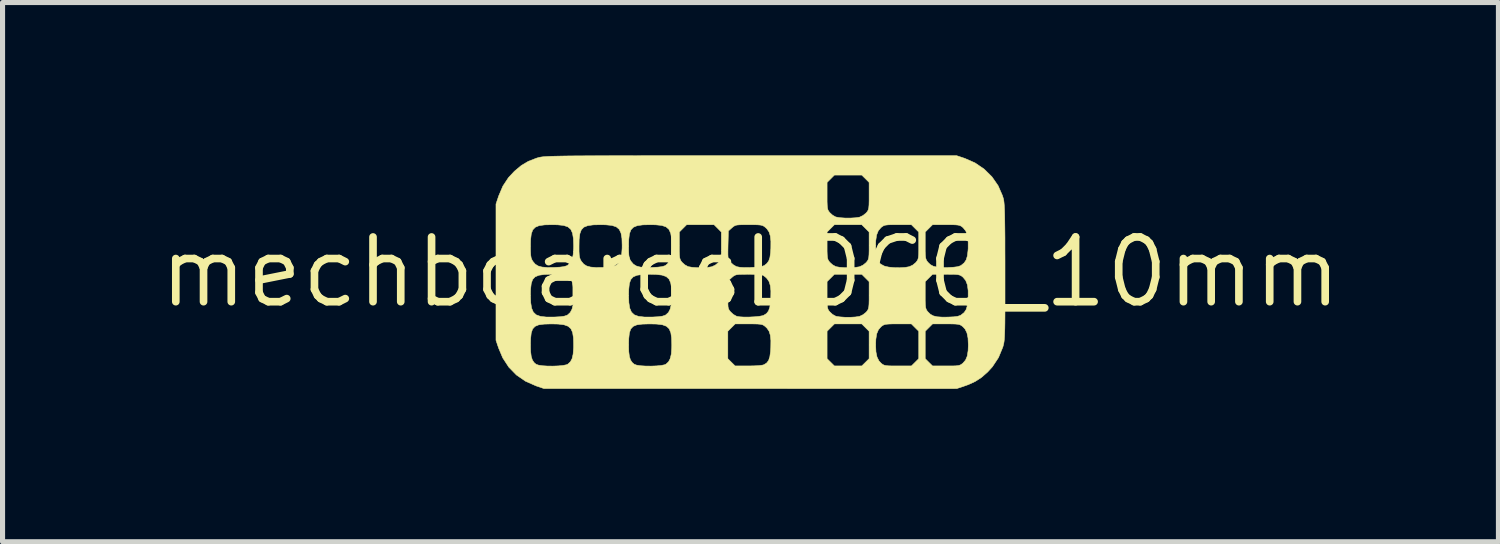
<source format=kicad_pcb>
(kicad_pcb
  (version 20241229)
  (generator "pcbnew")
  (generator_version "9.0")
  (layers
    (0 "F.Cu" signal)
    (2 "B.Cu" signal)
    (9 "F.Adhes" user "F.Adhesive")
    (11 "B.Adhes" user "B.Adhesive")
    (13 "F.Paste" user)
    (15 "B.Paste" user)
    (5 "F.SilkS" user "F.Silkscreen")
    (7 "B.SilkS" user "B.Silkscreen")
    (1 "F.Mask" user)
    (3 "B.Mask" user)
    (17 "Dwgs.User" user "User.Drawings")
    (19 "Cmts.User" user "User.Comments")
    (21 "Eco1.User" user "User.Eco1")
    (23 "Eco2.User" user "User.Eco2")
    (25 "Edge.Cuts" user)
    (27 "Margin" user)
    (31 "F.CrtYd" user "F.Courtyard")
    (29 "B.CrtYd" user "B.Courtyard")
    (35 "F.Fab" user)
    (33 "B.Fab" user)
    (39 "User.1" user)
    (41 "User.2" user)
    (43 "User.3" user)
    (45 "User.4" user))
  (footprint "mechboardsLOGO_10mm"
    (layer "F.Cu")
    (at 11.679 2.291)
    (property "Reference" "mechboardsLOGO_10mm" (at 0 0 0) (layer "F.SilkS") (effects (font (size 1.27 1.27) (thickness 0.15))))
    (attr through_hole)
    (fp_poly (pts (xy 4.205 -2.233) (xy 4.407 -2.144) (xy 4.586 -2.022) (xy 4.738 -1.872) (xy 4.859 -1.698) (xy 4.945 -1.502) (xy 4.965 -1.437) (xy 4.971 -1.406) (xy 4.976 -1.363) (xy 4.981 -1.305) (xy 4.985 -1.228) (xy 4.988 -1.131) (xy 4.99 -1.009) (xy 4.992 -0.859) (xy 4.994 -0.679) (xy 4.994 -0.464) (xy 4.995 -0.213) (xy 4.995 0.003) (xy 4.995 0.273) (xy 4.995 0.505) (xy 4.995 0.7) (xy 4.994 0.864) (xy 4.993 1) (xy 4.991 1.11) (xy 4.988 1.198) (xy 4.985 1.268) (xy 4.981 1.324) (xy 4.976 1.367) (xy 4.97 1.403) (xy 4.962 1.435) (xy 4.954 1.465) (xy 4.951 1.474) (xy 4.867 1.677) (xy 4.747 1.858) (xy 4.653 1.961) (xy 4.533 2.066) (xy 4.413 2.144) (xy 4.277 2.207) (xy 4.204 2.233) (xy 4.046 2.286) (xy -0.004 2.285) (xy -4.053 2.285) (xy -4.209 2.232) (xy -4.415 2.141) (xy -4.594 2.018) (xy -4.743 1.865) (xy -4.862 1.683) (xy -4.942 1.494) (xy -4.964 1.429) (xy -4.318 1.429) (xy -4.315 1.559) (xy -4.303 1.655) (xy -4.281 1.724) (xy -4.247 1.775) (xy -4.208 1.808) (xy -4.16 1.825) (xy -4.082 1.837) (xy -3.984 1.843) (xy -3.877 1.844) (xy -3.771 1.84) (xy -3.678 1.831) (xy -3.61 1.817) (xy -3.584 1.805) (xy -3.535 1.76) (xy -3.501 1.697) (xy -3.481 1.608) (xy -3.472 1.486) (xy -3.471 1.429) (xy -2.392 1.429) (xy -2.389 1.559) (xy -2.377 1.655) (xy -2.355 1.724) (xy -2.32 1.775) (xy -2.281 1.808) (xy -2.234 1.825) (xy -2.156 1.837) (xy -2.058 1.843) (xy -1.95 1.844) (xy -1.845 1.84) (xy -1.752 1.831) (xy -1.683 1.817) (xy -1.658 1.805) (xy -1.609 1.76) (xy -1.575 1.696) (xy -1.554 1.606) (xy -1.546 1.484) (xy -1.545 1.429) (xy -1.549 1.29) (xy -1.564 1.186) (xy -1.576 1.16) (xy -0.445 1.16) (xy -0.445 1.698) (xy -0.373 1.77) (xy -0.301 1.841) (xy -0.045 1.841) (xy 0.068 1.839) (xy 0.164 1.834) (xy 0.234 1.825) (xy 0.263 1.817) (xy 0.317 1.783) (xy 0.355 1.734) (xy 0.379 1.662) (xy 0.393 1.56) (xy 0.398 1.479) (xy 0.4 1.342) (xy 0.389 1.238) (xy 0.365 1.16) (xy 0.365 1.16) (xy 1.503 1.16) (xy 1.503 1.698) (xy 1.647 1.841) (xy 2.184 1.841) (xy 2.256 1.77) (xy 2.328 1.698) (xy 2.328 1.429) (xy 2.456 1.429) (xy 2.462 1.564) (xy 2.483 1.665) (xy 2.52 1.74) (xy 2.563 1.787) (xy 2.592 1.81) (xy 2.622 1.825) (xy 2.66 1.834) (xy 2.716 1.839) (xy 2.799 1.841) (xy 2.893 1.841) (xy 3.158 1.841) (xy 3.23 1.77) (xy 3.302 1.698) (xy 3.302 1.16) (xy 3.429 1.16) (xy 3.429 1.698) (xy 3.501 1.77) (xy 3.573 1.841) (xy 3.838 1.841) (xy 3.949 1.841) (xy 4.026 1.839) (xy 4.079 1.833) (xy 4.115 1.823) (xy 4.143 1.806) (xy 4.168 1.787) (xy 4.22 1.727) (xy 4.254 1.647) (xy 4.271 1.54) (xy 4.275 1.429) (xy 4.269 1.294) (xy 4.248 1.192) (xy 4.211 1.117) (xy 4.168 1.07) (xy 4.139 1.048) (xy 4.109 1.032) (xy 4.071 1.023) (xy 4.015 1.018) (xy 3.932 1.016) (xy 3.838 1.016) (xy 3.573 1.016) (xy 3.429 1.16) (xy 3.302 1.16) (xy 3.158 1.016) (xy 2.893 1.016) (xy 2.782 1.016) (xy 2.705 1.019) (xy 2.652 1.024) (xy 2.616 1.035) (xy 2.588 1.051) (xy 2.563 1.07) (xy 2.511 1.13) (xy 2.477 1.21) (xy 2.46 1.318) (xy 2.456 1.429) (xy 2.328 1.429) (xy 2.328 1.16) (xy 2.256 1.088) (xy 2.184 1.016) (xy 1.647 1.016) (xy 1.575 1.088) (xy 1.503 1.16) (xy 0.365 1.16) (xy 0.324 1.1) (xy 0.293 1.07) (xy 0.264 1.047) (xy 0.235 1.032) (xy 0.196 1.023) (xy 0.14 1.018) (xy 0.056 1.016) (xy -0.035 1.016) (xy -0.301 1.016) (xy -0.445 1.16) (xy -1.576 1.16) (xy -1.596 1.112) (xy -1.649 1.062) (xy -1.729 1.033) (xy -1.841 1.019) (xy -1.984 1.016) (xy -2.124 1.02) (xy -2.229 1.034) (xy -2.302 1.064) (xy -2.35 1.115) (xy -2.377 1.193) (xy -2.389 1.303) (xy -2.392 1.429) (xy -3.471 1.429) (xy -3.471 1.427) (xy -3.475 1.289) (xy -3.491 1.185) (xy -3.524 1.111) (xy -3.579 1.062) (xy -3.66 1.033) (xy -3.774 1.019) (xy -3.91 1.016) (xy -4.051 1.02) (xy -4.155 1.034) (xy -4.228 1.064) (xy -4.276 1.115) (xy -4.303 1.193) (xy -4.315 1.303) (xy -4.318 1.429) (xy -4.964 1.429) (xy -4.995 1.337) (xy -4.995 0.455) (xy -4.318 0.455) (xy -4.313 0.599) (xy -4.296 0.707) (xy -4.262 0.785) (xy -4.206 0.838) (xy -4.123 0.868) (xy -4.008 0.881) (xy -3.857 0.881) (xy -3.848 0.881) (xy -3.735 0.875) (xy -3.656 0.864) (xy -3.603 0.847) (xy -3.587 0.838) (xy -3.537 0.791) (xy -3.502 0.725) (xy -3.481 0.634) (xy -3.472 0.509) (xy -3.471 0.455) (xy -2.392 0.455) (xy -2.387 0.599) (xy -2.37 0.707) (xy -2.336 0.785) (xy -2.28 0.838) (xy -2.197 0.868) (xy -2.082 0.881) (xy -1.931 0.881) (xy -1.922 0.881) (xy -1.809 0.875) (xy -1.73 0.864) (xy -1.677 0.847) (xy -1.661 0.838) (xy -1.61 0.791) (xy -1.576 0.725) (xy -1.555 0.634) (xy -1.554 0.63) (xy -0.443 0.63) (xy -0.44 0.683) (xy -0.431 0.719) (xy -0.417 0.747) (xy -0.395 0.775) (xy -0.391 0.779) (xy -0.338 0.829) (xy -0.278 0.863) (xy -0.268 0.867) (xy -0.208 0.877) (xy -0.121 0.882) (xy -0.02 0.881) (xy 0.082 0.876) (xy 0.173 0.867) (xy 0.24 0.854) (xy 0.259 0.847) (xy 0.315 0.812) (xy 0.353 0.763) (xy 0.378 0.693) (xy 0.393 0.595) (xy 0.398 0.505) (xy 0.4 0.368) (xy 0.389 0.264) (xy 0.365 0.186) (xy 0.365 0.186) (xy 1.503 0.186) (xy 1.503 0.451) (xy 1.503 0.562) (xy 1.506 0.639) (xy 1.511 0.692) (xy 1.521 0.728) (xy 1.538 0.757) (xy 1.558 0.781) (xy 1.611 0.83) (xy 1.671 0.863) (xy 1.679 0.866) (xy 1.752 0.878) (xy 1.85 0.885) (xy 1.957 0.886) (xy 2.058 0.88) (xy 2.135 0.869) (xy 2.142 0.867) (xy 2.209 0.835) (xy 2.269 0.787) (xy 2.274 0.781) (xy 2.297 0.752) (xy 2.312 0.723) (xy 2.321 0.684) (xy 2.326 0.628) (xy 2.328 0.546) (xy 2.328 0.451) (xy 2.328 0.186) (xy 3.429 0.186) (xy 3.429 0.451) (xy 3.429 0.562) (xy 3.432 0.639) (xy 3.437 0.692) (xy 3.448 0.728) (xy 3.464 0.757) (xy 3.484 0.781) (xy 3.531 0.827) (xy 3.588 0.858) (xy 3.663 0.876) (xy 3.764 0.883) (xy 3.875 0.882) (xy 3.987 0.877) (xy 4.065 0.867) (xy 4.117 0.85) (xy 4.134 0.84) (xy 4.193 0.793) (xy 4.232 0.735) (xy 4.256 0.657) (xy 4.269 0.55) (xy 4.272 0.511) (xy 4.272 0.363) (xy 4.257 0.249) (xy 4.224 0.164) (xy 4.172 0.1) (xy 4.168 0.097) (xy 4.139 0.074) (xy 4.109 0.059) (xy 4.071 0.049) (xy 4.015 0.044) (xy 3.933 0.043) (xy 3.838 0.042) (xy 3.573 0.042) (xy 3.429 0.186) (xy 2.328 0.186) (xy 2.256 0.114) (xy 2.184 0.042) (xy 1.647 0.042) (xy 1.575 0.114) (xy 1.503 0.186) (xy 0.365 0.186) (xy 0.324 0.126) (xy 0.293 0.096) (xy 0.264 0.074) (xy 0.235 0.058) (xy 0.196 0.049) (xy 0.139 0.044) (xy 0.055 0.043) (xy -0.033 0.042) (xy -0.143 0.043) (xy -0.219 0.045) (xy -0.27 0.05) (xy -0.305 0.061) (xy -0.334 0.078) (xy -0.364 0.103) (xy -0.365 0.104) (xy -0.434 0.166) (xy -0.441 0.439) (xy -0.443 0.551) (xy -0.443 0.63) (xy -1.554 0.63) (xy -1.546 0.509) (xy -1.545 0.454) (xy -1.549 0.315) (xy -1.566 0.21) (xy -1.599 0.136) (xy -1.654 0.087) (xy -1.737 0.058) (xy -1.852 0.045) (xy -1.979 0.042) (xy -2.121 0.046) (xy -2.227 0.061) (xy -2.301 0.092) (xy -2.349 0.144) (xy -2.377 0.223) (xy -2.389 0.335) (xy -2.392 0.455) (xy -3.471 0.455) (xy -3.471 0.454) (xy -3.476 0.315) (xy -3.492 0.21) (xy -3.525 0.136) (xy -3.58 0.087) (xy -3.663 0.058) (xy -3.778 0.045) (xy -3.905 0.042) (xy -4.047 0.046) (xy -4.153 0.061) (xy -4.227 0.092) (xy -4.276 0.144) (xy -4.303 0.223) (xy -4.316 0.335) (xy -4.318 0.455) (xy -4.995 0.455) (xy -4.995 -0.512) (xy -4.318 -0.512) (xy -4.317 -0.407) (xy -4.313 -0.334) (xy -4.305 -0.283) (xy -4.29 -0.244) (xy -4.27 -0.21) (xy -4.225 -0.157) (xy -4.168 -0.121) (xy -4.091 -0.1) (xy -3.987 -0.091) (xy -3.859 -0.092) (xy -3.745 -0.098) (xy -3.665 -0.108) (xy -3.61 -0.124) (xy -3.588 -0.136) (xy -3.537 -0.182) (xy -3.502 -0.248) (xy -3.481 -0.339) (xy -3.472 -0.463) (xy -3.471 -0.512) (xy -3.365 -0.512) (xy -3.365 -0.407) (xy -3.361 -0.334) (xy -3.352 -0.283) (xy -3.338 -0.244) (xy -3.317 -0.21) (xy -3.272 -0.157) (xy -3.215 -0.121) (xy -3.139 -0.1) (xy -3.035 -0.091) (xy -2.907 -0.092) (xy -2.792 -0.098) (xy -2.712 -0.108) (xy -2.658 -0.124) (xy -2.635 -0.136) (xy -2.584 -0.182) (xy -2.549 -0.248) (xy -2.529 -0.339) (xy -2.52 -0.463) (xy -2.519 -0.512) (xy -2.392 -0.512) (xy -2.391 -0.407) (xy -2.387 -0.334) (xy -2.379 -0.283) (xy -2.364 -0.244) (xy -2.343 -0.21) (xy -2.298 -0.157) (xy -2.241 -0.121) (xy -2.165 -0.1) (xy -2.061 -0.091) (xy -1.933 -0.092) (xy -1.819 -0.098) (xy -1.739 -0.108) (xy -1.684 -0.124) (xy -1.662 -0.136) (xy -1.611 -0.182) (xy -1.576 -0.248) (xy -1.555 -0.339) (xy -1.546 -0.463) (xy -1.545 -0.52) (xy -1.55 -0.661) (xy -1.566 -0.765) (xy -1.577 -0.787) (xy -1.397 -0.787) (xy -1.397 -0.522) (xy -1.397 -0.411) (xy -1.394 -0.334) (xy -1.389 -0.282) (xy -1.378 -0.246) (xy -1.362 -0.217) (xy -1.342 -0.192) (xy -1.289 -0.144) (xy -1.229 -0.111) (xy -1.221 -0.108) (xy -1.148 -0.095) (xy -1.05 -0.088) (xy -0.943 -0.088) (xy -0.842 -0.093) (xy -0.765 -0.105) (xy -0.758 -0.107) (xy -0.691 -0.138) (xy -0.631 -0.187) (xy -0.626 -0.193) (xy -0.603 -0.222) (xy -0.588 -0.251) (xy -0.579 -0.289) (xy -0.574 -0.344) (xy -0.443 -0.344) (xy -0.44 -0.291) (xy -0.431 -0.254) (xy -0.417 -0.226) (xy -0.395 -0.198) (xy -0.391 -0.194) (xy -0.338 -0.145) (xy -0.278 -0.11) (xy -0.268 -0.107) (xy -0.206 -0.095) (xy -0.119 -0.09) (xy -0.019 -0.091) (xy 0.083 -0.096) (xy 0.173 -0.106) (xy 0.243 -0.119) (xy 0.274 -0.132) (xy 0.325 -0.174) (xy 0.359 -0.223) (xy 0.381 -0.288) (xy 0.393 -0.378) (xy 0.399 -0.469) (xy 0.4 -0.606) (xy 0.389 -0.709) (xy 0.365 -0.787) (xy 0.365 -0.787) (xy 1.503 -0.787) (xy 1.503 -0.522) (xy 1.503 -0.411) (xy 1.506 -0.334) (xy 1.511 -0.282) (xy 1.521 -0.246) (xy 1.538 -0.217) (xy 1.558 -0.192) (xy 1.611 -0.144) (xy 1.671 -0.111) (xy 1.679 -0.108) (xy 1.752 -0.095) (xy 1.85 -0.088) (xy 1.957 -0.088) (xy 2.058 -0.093) (xy 2.135 -0.105) (xy 2.142 -0.107) (xy 2.209 -0.138) (xy 2.269 -0.187) (xy 2.274 -0.193) (xy 2.297 -0.222) (xy 2.312 -0.251) (xy 2.321 -0.289) (xy 2.326 -0.346) (xy 2.328 -0.428) (xy 2.328 -0.522) (xy 2.328 -0.529) (xy 2.456 -0.529) (xy 2.46 -0.391) (xy 2.476 -0.288) (xy 2.505 -0.214) (xy 2.55 -0.161) (xy 2.615 -0.125) (xy 2.636 -0.116) (xy 2.714 -0.099) (xy 2.817 -0.089) (xy 2.93 -0.087) (xy 3.036 -0.093) (xy 3.115 -0.107) (xy 3.183 -0.138) (xy 3.243 -0.187) (xy 3.248 -0.193) (xy 3.27 -0.222) (xy 3.286 -0.251) (xy 3.295 -0.289) (xy 3.3 -0.346) (xy 3.302 -0.428) (xy 3.302 -0.522) (xy 3.302 -0.787) (xy 3.429 -0.787) (xy 3.429 -0.522) (xy 3.429 -0.411) (xy 3.432 -0.334) (xy 3.437 -0.282) (xy 3.448 -0.246) (xy 3.464 -0.217) (xy 3.484 -0.192) (xy 3.531 -0.147) (xy 3.588 -0.116) (xy 3.663 -0.098) (xy 3.764 -0.091) (xy 3.875 -0.091) (xy 3.987 -0.097) (xy 4.065 -0.107) (xy 4.117 -0.124) (xy 4.134 -0.133) (xy 4.193 -0.181) (xy 4.232 -0.239) (xy 4.256 -0.317) (xy 4.269 -0.424) (xy 4.272 -0.463) (xy 4.272 -0.611) (xy 4.257 -0.724) (xy 4.224 -0.81) (xy 4.172 -0.873) (xy 4.168 -0.877) (xy 4.139 -0.9) (xy 4.109 -0.915) (xy 4.071 -0.924) (xy 4.015 -0.929) (xy 3.933 -0.931) (xy 3.838 -0.931) (xy 3.573 -0.931) (xy 3.501 -0.859) (xy 3.429 -0.787) (xy 3.302 -0.787) (xy 3.23 -0.859) (xy 3.158 -0.931) (xy 2.893 -0.931) (xy 2.782 -0.931) (xy 2.705 -0.929) (xy 2.652 -0.923) (xy 2.616 -0.913) (xy 2.588 -0.896) (xy 2.563 -0.877) (xy 2.509 -0.814) (xy 2.475 -0.729) (xy 2.458 -0.615) (xy 2.456 -0.529) (xy 2.328 -0.529) (xy 2.328 -0.787) (xy 2.184 -0.931) (xy 1.647 -0.931) (xy 1.575 -0.859) (xy 1.503 -0.787) (xy 0.365 -0.787) (xy 0.324 -0.848) (xy 0.293 -0.878) (xy 0.264 -0.9) (xy 0.235 -0.915) (xy 0.196 -0.924) (xy 0.139 -0.929) (xy 0.055 -0.931) (xy -0.033 -0.931) (xy -0.143 -0.931) (xy -0.219 -0.929) (xy -0.27 -0.924) (xy -0.305 -0.913) (xy -0.334 -0.896) (xy -0.364 -0.871) (xy -0.365 -0.87) (xy -0.434 -0.808) (xy -0.441 -0.534) (xy -0.443 -0.422) (xy -0.443 -0.344) (xy -0.574 -0.344) (xy -0.574 -0.346) (xy -0.572 -0.428) (xy -0.572 -0.522) (xy -0.572 -0.787) (xy -0.643 -0.859) (xy -0.715 -0.931) (xy -1.253 -0.931) (xy -1.325 -0.859) (xy -1.397 -0.787) (xy -1.577 -0.787) (xy -1.601 -0.84) (xy -1.658 -0.889) (xy -1.743 -0.917) (xy -1.86 -0.929) (xy -1.968 -0.931) (xy -2.113 -0.928) (xy -2.22 -0.913) (xy -2.297 -0.882) (xy -2.347 -0.83) (xy -2.376 -0.752) (xy -2.389 -0.642) (xy -2.392 -0.512) (xy -2.519 -0.512) (xy -2.519 -0.52) (xy -2.523 -0.661) (xy -2.541 -0.766) (xy -2.576 -0.84) (xy -2.634 -0.889) (xy -2.72 -0.917) (xy -2.84 -0.929) (xy -2.941 -0.931) (xy -3.086 -0.928) (xy -3.193 -0.913) (xy -3.27 -0.883) (xy -3.32 -0.831) (xy -3.349 -0.753) (xy -3.363 -0.643) (xy -3.365 -0.512) (xy -3.471 -0.512) (xy -3.471 -0.52) (xy -3.476 -0.661) (xy -3.493 -0.765) (xy -3.527 -0.84) (xy -3.584 -0.889) (xy -3.669 -0.917) (xy -3.786 -0.929) (xy -3.895 -0.931) (xy -4.039 -0.928) (xy -4.147 -0.913) (xy -4.223 -0.882) (xy -4.273 -0.83) (xy -4.302 -0.752) (xy -4.315 -0.642) (xy -4.318 -0.512) (xy -4.995 -0.512) (xy -4.995 -1.337) (xy -4.942 -1.495) (xy -4.86 -1.688) (xy -4.812 -1.761) (xy 1.503 -1.761) (xy 1.503 -1.496) (xy 1.503 -1.385) (xy 1.506 -1.308) (xy 1.511 -1.256) (xy 1.521 -1.219) (xy 1.538 -1.191) (xy 1.558 -1.166) (xy 1.611 -1.118) (xy 1.671 -1.084) (xy 1.679 -1.082) (xy 1.752 -1.069) (xy 1.85 -1.062) (xy 1.957 -1.061) (xy 2.058 -1.067) (xy 2.135 -1.078) (xy 2.142 -1.08) (xy 2.209 -1.112) (xy 2.269 -1.161) (xy 2.274 -1.166) (xy 2.297 -1.195) (xy 2.312 -1.225) (xy 2.321 -1.263) (xy 2.326 -1.319) (xy 2.328 -1.402) (xy 2.328 -1.496) (xy 2.328 -1.761) (xy 2.256 -1.833) (xy 2.184 -1.905) (xy 1.647 -1.905) (xy 1.575 -1.833) (xy 1.503 -1.761) (xy -4.812 -1.761) (xy -4.75 -1.855) (xy -4.633 -1.98) (xy -4.498 -2.093) (xy -4.36 -2.175) (xy -4.2 -2.237) (xy -4.183 -2.242) (xy -4.166 -2.247) (xy -4.148 -2.252) (xy -4.127 -2.256) (xy -4.103 -2.26) (xy -4.073 -2.264) (xy -4.035 -2.267) (xy -3.988 -2.27) (xy -3.929 -2.273) (xy -3.857 -2.275) (xy -3.77 -2.277) (xy -3.667 -2.279) (xy -3.544 -2.281) (xy -3.401 -2.282) (xy -3.236 -2.283) (xy -3.047 -2.284) (xy -2.831 -2.284) (xy -2.588 -2.285) (xy -2.315 -2.285) (xy -2.011 -2.286) (xy -1.673 -2.286) (xy -1.3 -2.286) (xy -0.89 -2.286) (xy -0.441 -2.286) (xy 0.004 -2.286) (xy 4.046 -2.286) (xy 4.205 -2.233)) (stroke (width 0.01) (type solid)) (fill yes) (layer "F.SilkS")))
  (gr_rect
    (start -3 -3)
    (end 26.358 7.582)
    (stroke (width 0.1) (type default))
    (fill no)
    (layer "Edge.Cuts")))
</source>
